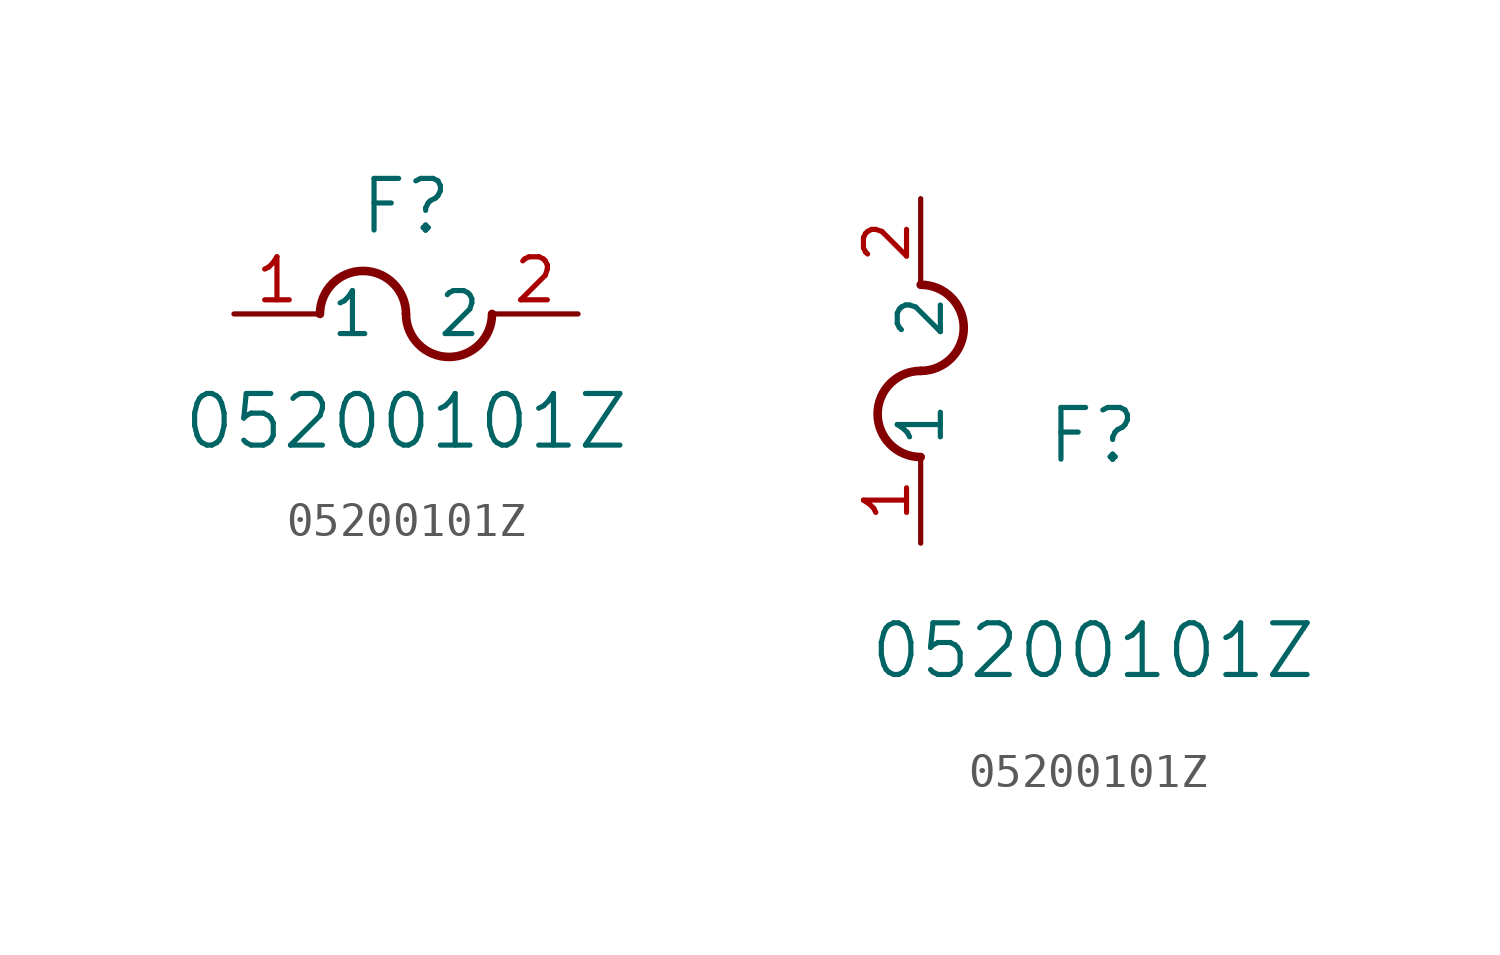
<source format=kicad_sym>
(kicad_symbol_lib
  (version 20211014)
  (generator kicad_symbol_editor)
  (symbol "05200101Z"
    (pin_names
      (offset 0.254))
    (property "Reference" "F"
      (at 5.08 3.175 0)
      (effects (font (size 1.524 1.524))))
    (property "Value" "05200101Z"
      (at 5.08 -3.175 0)
      (effects (font (size 1.524 1.524))))
    (symbol "05200101Z_1_1"
      (arc (start 5.08 0) (mid 3.81 1.27) (end 2.54 0) (stroke (width 0.254) (type default) (color 0 0 0 0)) (fill (type none)))
      (arc (start 5.08 0) (mid 6.35 -1.27) (end 7.62 0) (stroke (width 0.254) (type default) (color 0 0 0 0)) (fill (type none)))
      (pin unspecified line (at 0 0 0) (length 2.54) (name "1" (effects (font (size 1.27 1.27)))) (number "1" (effects (font (size 1.27 1.27)))))
      (pin unspecified line (at 10.16 0 180) (length 2.54) (name "2" (effects (font (size 1.27 1.27)))) (number "2" (effects (font (size 1.27 1.27))))))
    (symbol "05200101Z_1_2"
      (arc (start 0 5.08) (mid -1.27 3.81) (end 0 2.54) (stroke (width 0.254) (type default) (color 0 0 0 0)) (fill (type none)))
      (arc (start 0 5.08) (mid 1.27 6.35) (end 0 7.62) (stroke (width 0.254) (type default) (color 0 0 0 0)) (fill (type none)))
      (pin unspecified line (at 0 0 90) (length 2.54) (name "1" (effects (font (size 1.27 1.27)))) (number "1" (effects (font (size 1.27 1.27)))))
      (pin unspecified line (at 0 10.16 270) (length 2.54) (name "2" (effects (font (size 1.27 1.27)))) (number "2" (effects (font (size 1.27 1.27))))))))
</source>
